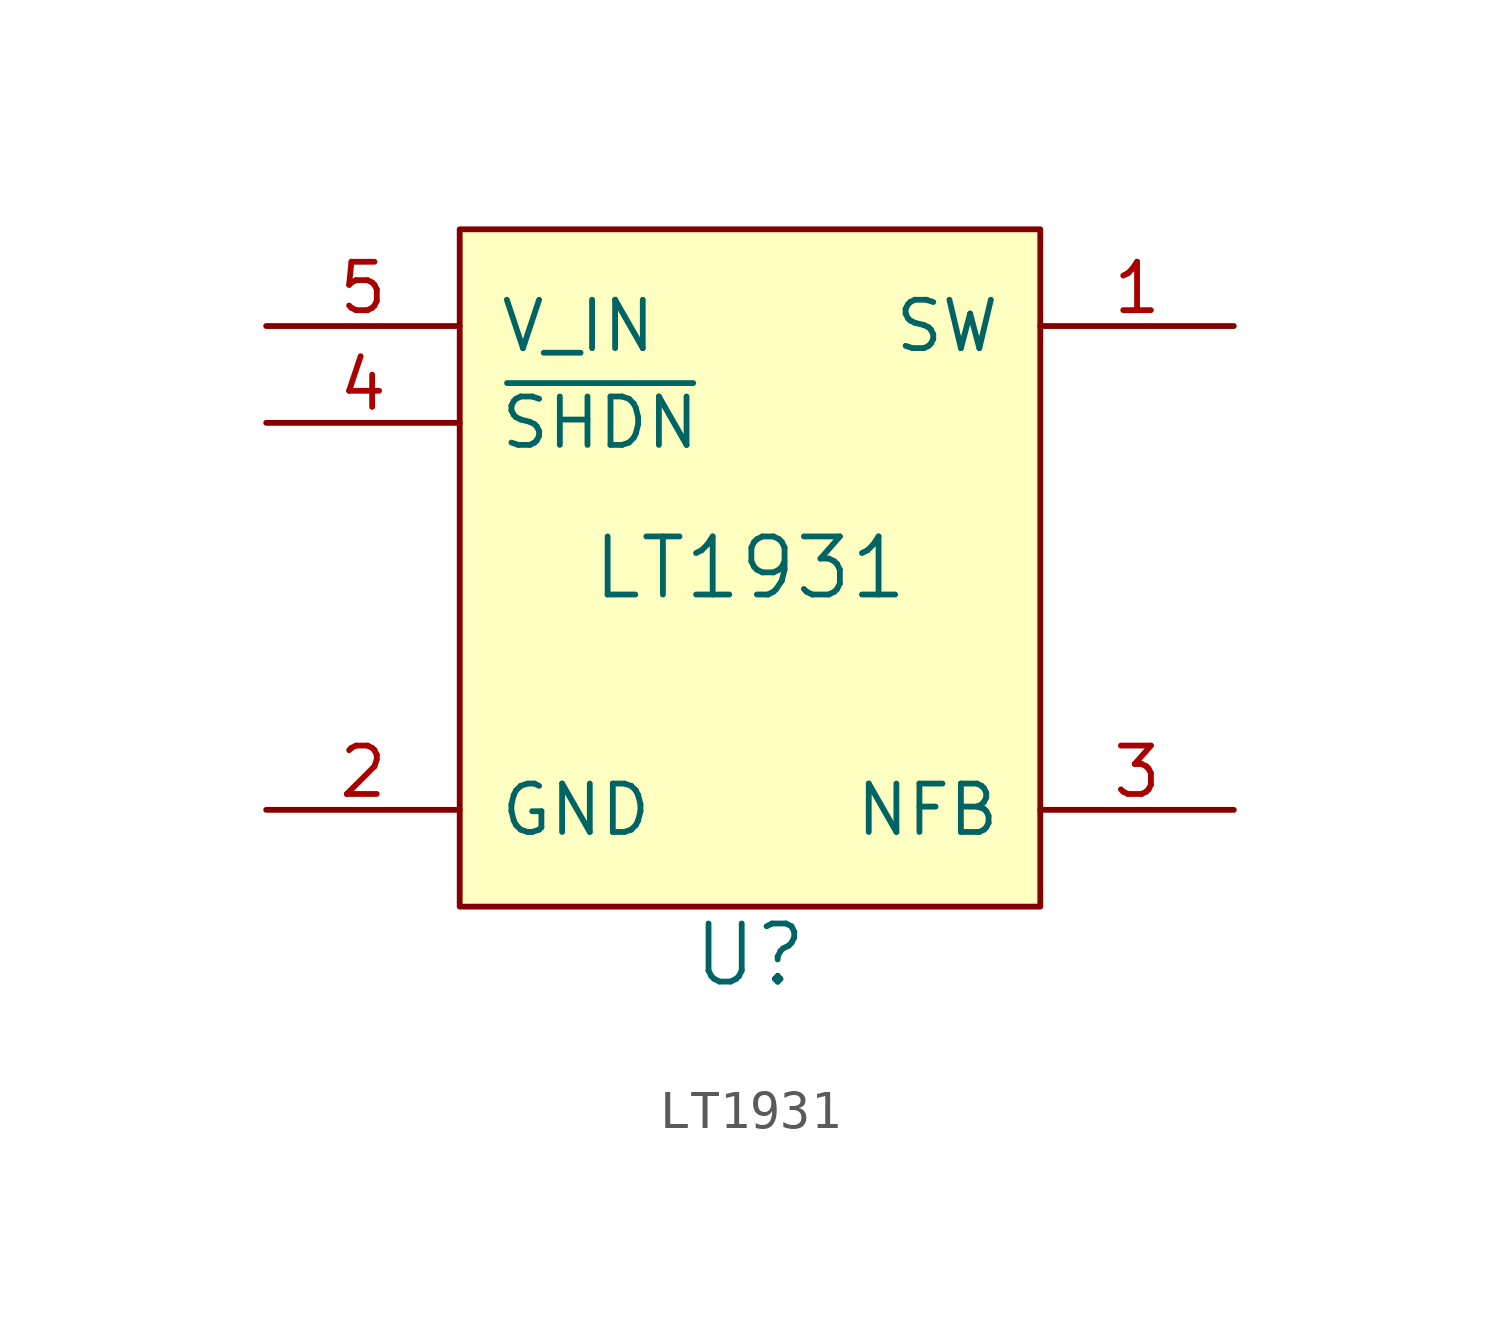
<source format=kicad_sym>
(kicad_symbol_lib
  (version 20211014)
  (generator kicad_symbol_editor)
  (symbol "LT1931"
    (pin_names
      (offset 1.016))
    (property "Reference" "U"
      (at 0 -8.89 0)
      (effects (font (size 1.524 1.524))))
    (property "Value" "LT1931"
      (at 0 1.27 0)
      (effects (font (size 1.524 1.524))))
    (symbol "LT1931_0_1"
      (rectangle (start -7.62 10.16) (end 7.62 -7.62) (stroke (width 0) (type default) (color 0 0 0 0)) (fill (type background))))
    (symbol "LT1931_1_1"
      (pin power_out line (at 12.7 7.62 180) (length 5.08) (name "SW" (effects (font (size 1.27 1.27)))) (number "1" (effects (font (size 1.27 1.27)))))
      (pin power_in line (at -12.7 -5.08 0) (length 5.08) (name "GND" (effects (font (size 1.27 1.27)))) (number "2" (effects (font (size 1.27 1.27)))))
      (pin input line (at 12.7 -5.08 180) (length 5.08) (name "NFB" (effects (font (size 1.27 1.27)))) (number "3" (effects (font (size 1.27 1.27)))))
      (pin input line (at -12.7 5.08 0) (length 5.08) (name "~{SHDN}" (effects (font (size 1.27 1.27)))) (number "4" (effects (font (size 1.27 1.27)))))
      (pin power_in line (at -12.7 7.62 0) (length 5.08) (name "V_IN" (effects (font (size 1.27 1.27)))) (number "5" (effects (font (size 1.27 1.27))))))))
</source>
